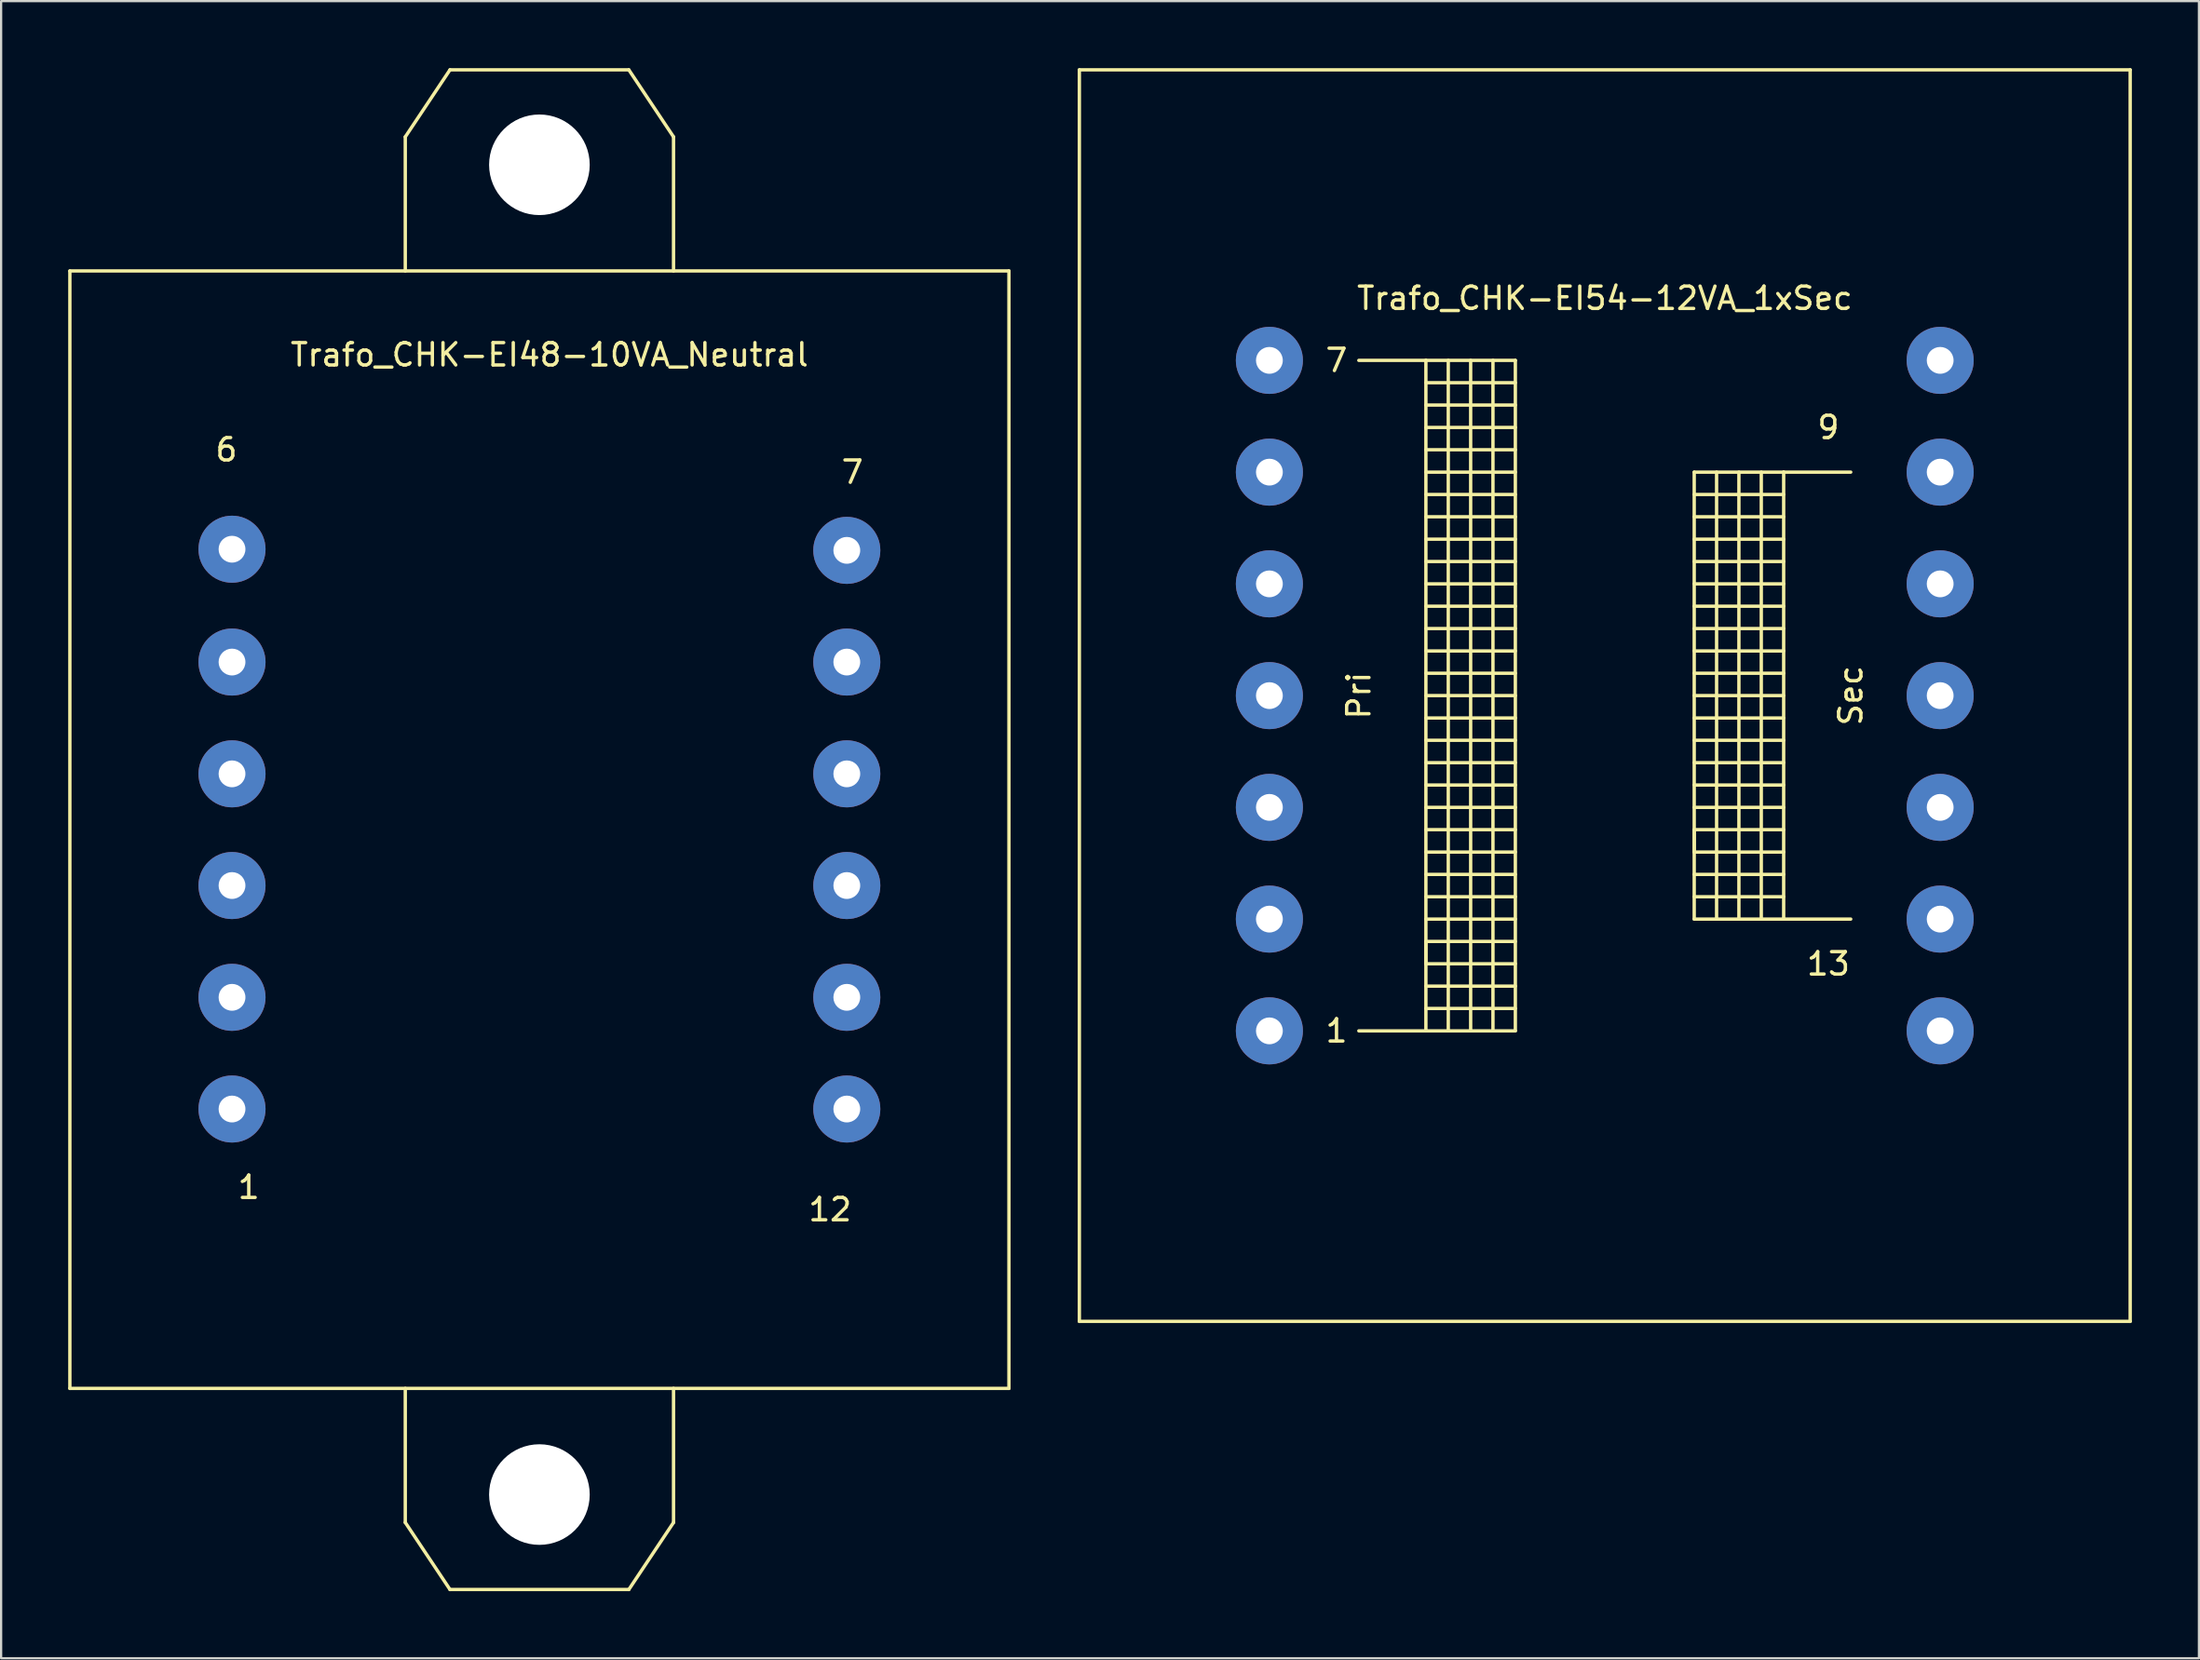
<source format=kicad_pcb>
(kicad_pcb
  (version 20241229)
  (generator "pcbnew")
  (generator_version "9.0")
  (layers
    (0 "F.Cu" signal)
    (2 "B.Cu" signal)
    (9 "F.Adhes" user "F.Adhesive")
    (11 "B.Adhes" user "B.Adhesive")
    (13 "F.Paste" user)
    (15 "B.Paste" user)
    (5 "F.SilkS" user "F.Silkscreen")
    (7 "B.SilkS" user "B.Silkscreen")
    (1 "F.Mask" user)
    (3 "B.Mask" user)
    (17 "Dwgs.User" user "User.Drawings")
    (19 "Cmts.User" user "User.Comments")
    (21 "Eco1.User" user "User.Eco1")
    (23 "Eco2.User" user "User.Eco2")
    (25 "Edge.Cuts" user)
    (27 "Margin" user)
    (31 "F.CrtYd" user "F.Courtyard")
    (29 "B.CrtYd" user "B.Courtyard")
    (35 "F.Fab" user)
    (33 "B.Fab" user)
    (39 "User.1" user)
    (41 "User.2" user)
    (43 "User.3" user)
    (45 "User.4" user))
  (footprint "Trafo_CHK-EI48-10VA_Neutral"
    (layer "F.Cu")
    (at 21.076 34.075)
    (property "Reference" "Trafo_CHK-EI48-10VA_Neutral" (at 0.45 -21.25 0) (layer "F.SilkS") (effects (font (size 1 1) (thickness 0.15))))
    (attr through_hole)
    (fp_line (start -21.001 -25.001) (end -21.001 25.001) (stroke (width 0.15) (type solid)) (layer "F.SilkS"))
    (fp_line (start -21.001 25.001) (end 21.001 25.001) (stroke (width 0.15) (type solid)) (layer "F.SilkS"))
    (fp_line (start -5.999 -31.001) (end -5.999 -25.001) (stroke (width 0.15) (type solid)) (layer "F.SilkS"))
    (fp_line (start -5.999 31.001) (end -5.999 25.001) (stroke (width 0.15) (type solid)) (layer "F.SilkS"))
    (fp_line (start -4 -34) (end -5.999 -31.001) (stroke (width 0.15) (type solid)) (layer "F.SilkS"))
    (fp_line (start -4 34) (end -5.999 31.001) (stroke (width 0.15) (type solid)) (layer "F.SilkS"))
    (fp_line (start 4 -34) (end -4 -34) (stroke (width 0.15) (type solid)) (layer "F.SilkS"))
    (fp_line (start 4 34) (end -4 34) (stroke (width 0.15) (type solid)) (layer "F.SilkS"))
    (fp_line (start 5.999 -31.001) (end 4 -34) (stroke (width 0.15) (type solid)) (layer "F.SilkS"))
    (fp_line (start 5.999 -25.001) (end 5.999 -31.001) (stroke (width 0.15) (type solid)) (layer "F.SilkS"))
    (fp_line (start 5.999 25.001) (end 5.999 31.001) (stroke (width 0.15) (type solid)) (layer "F.SilkS"))
    (fp_line (start 5.999 31.001) (end 4 34) (stroke (width 0.15) (type solid)) (layer "F.SilkS"))
    (fp_line (start 21.001 -25.001) (end -21.001 -25.001) (stroke (width 0.15) (type solid)) (layer "F.SilkS"))
    (fp_line (start 21.001 25.001) (end 21.001 -25.001) (stroke (width 0.15) (type solid)) (layer "F.SilkS"))
    (fp_text user "7" (at 14 -15.999 0) (layer "F.SilkS") (effects (font (size 1 1) (thickness 0.15))))
    (fp_text user "12" (at 13 17 0) (layer "F.SilkS") (effects (font (size 1 1) (thickness 0.15))))
    (fp_text user "6" (at -14 -17 0) (layer "F.SilkS") (effects (font (size 1 1) (thickness 0.15))))
    (fp_text user "1" (at -13 15.999 0) (layer "F.SilkS") (effects (font (size 1 1) (thickness 0.15))))
    (pad "" np_thru_hole circle (at 0 -29.751) (size 4.501 4.501) (drill 4.501) (layers "*.Cu" "*.Mask"))
    (pad "" np_thru_hole circle (at 0 29.751) (size 4.501 4.501) (drill 4.501) (layers "*.Cu" "*.Mask"))
    (pad "1" thru_hole circle (at -13.749 12.499) (size 3 3) (drill 1.199) (layers "*.Cu" "*.Mask"))
    (pad "2" thru_hole circle (at -13.749 7.501) (size 3 3) (drill 1.199) (layers "*.Cu" "*.Mask"))
    (pad "3" thru_hole circle (at -13.749 2.499) (size 3 3) (drill 1.199) (layers "*.Cu" "*.Mask"))
    (pad "4" thru_hole circle (at -13.749 -2.499) (size 3 3) (drill 1.199) (layers "*.Cu" "*.Mask"))
    (pad "5" thru_hole circle (at -13.749 -7.501) (size 3 3) (drill 1.199) (layers "*.Cu" "*.Mask"))
    (pad "6" thru_hole circle (at -13.749 -12.55) (size 3 3) (drill 1.199) (layers "*.Cu" "*.Mask"))
    (pad "7" thru_hole circle (at 13.749 -12.499) (size 3 3) (drill 1.199) (layers "*.Cu" "*.Mask"))
    (pad "8" thru_hole circle (at 13.749 -7.501) (size 3 3) (drill 1.199) (layers "*.Cu" "*.Mask"))
    (pad "9" thru_hole circle (at 13.749 -2.499) (size 3 3) (drill 1.199) (layers "*.Cu" "*.Mask"))
    (pad "10" thru_hole circle (at 13.749 2.499) (size 3 3) (drill 1.199) (layers "*.Cu" "*.Mask"))
    (pad "11" thru_hole circle (at 13.749 7.501) (size 3 3) (drill 1.199) (layers "*.Cu" "*.Mask"))
    (pad "12" thru_hole circle (at 13.749 12.499) (size 3 3) (drill 1.199) (layers "*.Cu" "*.Mask")))
  (footprint "Trafo_CHK-EI54-12VA_1xSec"
    (layer "F.Cu")
    (at 68.727 28.076)
    (property "Reference" "Trafo_CHK-EI54-12VA_1xSec" (at 0 -17.78 0) (layer "F.SilkS") (effects (font (size 1 1) (thickness 0.15))))
    (attr through_hole)
    (fp_line (start -23.5 -28.001) (end -23.5 28.001) (stroke (width 0.15) (type solid)) (layer "F.SilkS"))
    (fp_line (start -23.5 28.001) (end 23.5 28.001) (stroke (width 0.15) (type solid)) (layer "F.SilkS"))
    (fp_line (start -11.001 -15.001) (end -8.001 -15.001) (stroke (width 0.15) (type solid)) (layer "F.SilkS"))
    (fp_line (start -8.001 -15.001) (end -8.001 15.001) (stroke (width 0.15) (type solid)) (layer "F.SilkS"))
    (fp_line (start -8.001 -15.001) (end -4 -15.001) (stroke (width 0.15) (type solid)) (layer "F.SilkS"))
    (fp_line (start -8.001 -14) (end -4 -14) (stroke (width 0.15) (type solid)) (layer "F.SilkS"))
    (fp_line (start -8.001 -11.999) (end -4 -11.999) (stroke (width 0.15) (type solid)) (layer "F.SilkS"))
    (fp_line (start -8.001 -10) (end -4 -10) (stroke (width 0.15) (type solid)) (layer "F.SilkS"))
    (fp_line (start -8.001 -8.001) (end -4 -8.001) (stroke (width 0.15) (type solid)) (layer "F.SilkS"))
    (fp_line (start -8.001 -5.999) (end -4 -5.999) (stroke (width 0.15) (type solid)) (layer "F.SilkS"))
    (fp_line (start -8.001 -4) (end -4 -4) (stroke (width 0.15) (type solid)) (layer "F.SilkS"))
    (fp_line (start -8.001 -1.999) (end -4 -1.999) (stroke (width 0.15) (type solid)) (layer "F.SilkS"))
    (fp_line (start -8.001 0) (end -4 0) (stroke (width 0.15) (type solid)) (layer "F.SilkS"))
    (fp_line (start -8.001 1.999) (end -4 1.999) (stroke (width 0.15) (type solid)) (layer "F.SilkS"))
    (fp_line (start -8.001 4) (end -4 4) (stroke (width 0.15) (type solid)) (layer "F.SilkS"))
    (fp_line (start -8.001 5.999) (end -4 5.999) (stroke (width 0.15) (type solid)) (layer "F.SilkS"))
    (fp_line (start -8.001 8.001) (end -4 8.001) (stroke (width 0.15) (type solid)) (layer "F.SilkS"))
    (fp_line (start -8.001 10) (end -4 10) (stroke (width 0.15) (type solid)) (layer "F.SilkS"))
    (fp_line (start -8.001 11.001) (end -8.001 11.999) (stroke (width 0.15) (type solid)) (layer "F.SilkS"))
    (fp_line (start -8.001 11.999) (end -4 11.999) (stroke (width 0.15) (type solid)) (layer "F.SilkS"))
    (fp_line (start -8.001 14) (end -4 14) (stroke (width 0.15) (type solid)) (layer "F.SilkS"))
    (fp_line (start -8.001 15.001) (end -11.001 15.001) (stroke (width 0.15) (type solid)) (layer "F.SilkS"))
    (fp_line (start -7 -15.001) (end -7 15.001) (stroke (width 0.15) (type solid)) (layer "F.SilkS"))
    (fp_line (start -5.999 -15.001) (end -5.999 15.001) (stroke (width 0.15) (type solid)) (layer "F.SilkS"))
    (fp_line (start -5.001 3) (end -8.001 3) (stroke (width 0.15) (type solid)) (layer "F.SilkS"))
    (fp_line (start -5.001 3) (end -4 3) (stroke (width 0.15) (type solid)) (layer "F.SilkS"))
    (fp_line (start -5.001 15.001) (end -5.001 -15.001) (stroke (width 0.15) (type solid)) (layer "F.SilkS"))
    (fp_line (start -4 -15.001) (end -4 15.001) (stroke (width 0.15) (type solid)) (layer "F.SilkS"))
    (fp_line (start -4 -13) (end -8.001 -13) (stroke (width 0.15) (type solid)) (layer "F.SilkS"))
    (fp_line (start -4 -11.001) (end -8.001 -11.001) (stroke (width 0.15) (type solid)) (layer "F.SilkS"))
    (fp_line (start -4 -8.999) (end -8.001 -8.999) (stroke (width 0.15) (type solid)) (layer "F.SilkS"))
    (fp_line (start -4 -7) (end -8.001 -7) (stroke (width 0.15) (type solid)) (layer "F.SilkS"))
    (fp_line (start -4 -5.001) (end -8.001 -5.001) (stroke (width 0.15) (type solid)) (layer "F.SilkS"))
    (fp_line (start -4 -3) (end -8.001 -3) (stroke (width 0.15) (type solid)) (layer "F.SilkS"))
    (fp_line (start -4 -1.001) (end -8.001 -1.001) (stroke (width 0.15) (type solid)) (layer "F.SilkS"))
    (fp_line (start -4 1.001) (end -8.001 1.001) (stroke (width 0.15) (type solid)) (layer "F.SilkS"))
    (fp_line (start -4 5.001) (end -8.001 5.001) (stroke (width 0.15) (type solid)) (layer "F.SilkS"))
    (fp_line (start -4 7) (end -8.001 7) (stroke (width 0.15) (type solid)) (layer "F.SilkS"))
    (fp_line (start -4 8.999) (end -8.001 8.999) (stroke (width 0.15) (type solid)) (layer "F.SilkS"))
    (fp_line (start -4 11.001) (end -8.001 11.001) (stroke (width 0.15) (type solid)) (layer "F.SilkS"))
    (fp_line (start -4 13) (end -8.001 13) (stroke (width 0.15) (type solid)) (layer "F.SilkS"))
    (fp_line (start -4 15.001) (end -8.001 15.001) (stroke (width 0.15) (type solid)) (layer "F.SilkS"))
    (fp_line (start 4 -10) (end 4 10) (stroke (width 0.15) (type solid)) (layer "F.SilkS"))
    (fp_line (start 4 -8.999) (end 8.001 -8.999) (stroke (width 0.15) (type solid)) (layer "F.SilkS"))
    (fp_line (start 4 -7) (end 8.001 -7) (stroke (width 0.15) (type solid)) (layer "F.SilkS"))
    (fp_line (start 4 -5.001) (end 8.001 -5.001) (stroke (width 0.15) (type solid)) (layer "F.SilkS"))
    (fp_line (start 4 -3) (end 8.001 -3) (stroke (width 0.15) (type solid)) (layer "F.SilkS"))
    (fp_line (start 4 -1.001) (end 8.001 -1.001) (stroke (width 0.15) (type solid)) (layer "F.SilkS"))
    (fp_line (start 4 1.001) (end 8.001 1.001) (stroke (width 0.15) (type solid)) (layer "F.SilkS"))
    (fp_line (start 4 3) (end 8.001 3) (stroke (width 0.15) (type solid)) (layer "F.SilkS"))
    (fp_line (start 4 5.001) (end 8.001 5.001) (stroke (width 0.15) (type solid)) (layer "F.SilkS"))
    (fp_line (start 4 5.999) (end 4 7) (stroke (width 0.15) (type solid)) (layer "F.SilkS"))
    (fp_line (start 4 7) (end 8.001 7) (stroke (width 0.15) (type solid)) (layer "F.SilkS"))
    (fp_line (start 4 8.999) (end 8.001 8.999) (stroke (width 0.15) (type solid)) (layer "F.SilkS"))
    (fp_line (start 4 10) (end 8.001 10) (stroke (width 0.15) (type solid)) (layer "F.SilkS"))
    (fp_line (start 5.001 10) (end 5.001 -10) (stroke (width 0.15) (type solid)) (layer "F.SilkS"))
    (fp_line (start 5.999 -10) (end 5.999 10) (stroke (width 0.15) (type solid)) (layer "F.SilkS"))
    (fp_line (start 7 10) (end 7 -10) (stroke (width 0.15) (type solid)) (layer "F.SilkS"))
    (fp_line (start 8.001 -10) (end 4 -10) (stroke (width 0.15) (type solid)) (layer "F.SilkS"))
    (fp_line (start 8.001 -10) (end 8.001 10) (stroke (width 0.15) (type solid)) (layer "F.SilkS"))
    (fp_line (start 8.001 -8.001) (end 4 -8.001) (stroke (width 0.15) (type solid)) (layer "F.SilkS"))
    (fp_line (start 8.001 -5.999) (end 4 -5.999) (stroke (width 0.15) (type solid)) (layer "F.SilkS"))
    (fp_line (start 8.001 -4) (end 4 -4) (stroke (width 0.15) (type solid)) (layer "F.SilkS"))
    (fp_line (start 8.001 -1.999) (end 4 -1.999) (stroke (width 0.15) (type solid)) (layer "F.SilkS"))
    (fp_line (start 8.001 0) (end 4 0) (stroke (width 0.15) (type solid)) (layer "F.SilkS"))
    (fp_line (start 8.001 1.999) (end 4 1.999) (stroke (width 0.15) (type solid)) (layer "F.SilkS"))
    (fp_line (start 8.001 4) (end 4 4) (stroke (width 0.15) (type solid)) (layer "F.SilkS"))
    (fp_line (start 8.001 5.999) (end 4 5.999) (stroke (width 0.15) (type solid)) (layer "F.SilkS"))
    (fp_line (start 8.001 8.001) (end 4 8.001) (stroke (width 0.15) (type solid)) (layer "F.SilkS"))
    (fp_line (start 8.001 10) (end 11.001 10) (stroke (width 0.15) (type solid)) (layer "F.SilkS"))
    (fp_line (start 11.001 -10) (end 8.001 -10) (stroke (width 0.15) (type solid)) (layer "F.SilkS"))
    (fp_line (start 23.5 -28.001) (end -23.5 -28.001) (stroke (width 0.15) (type solid)) (layer "F.SilkS"))
    (fp_line (start 23.5 28.001) (end 23.5 -28.001) (stroke (width 0.15) (type solid)) (layer "F.SilkS"))
    (fp_text user "13" (at 10 12.002 0) (layer "F.SilkS") (effects (font (size 1 1) (thickness 0.15))))
    (fp_text user "Pri" (at -11.001 0 90) (layer "F.SilkS") (effects (font (size 1 1) (thickness 0.15))))
    (fp_text user "Sec" (at 11.001 0 90) (layer "F.SilkS") (effects (font (size 1 1) (thickness 0.15))))
    (fp_text user "9" (at 10 -12.002 0) (layer "F.SilkS") (effects (font (size 1 1) (thickness 0.15))))
    (fp_text user "7" (at -11.999 -15.001 0) (layer "F.SilkS") (effects (font (size 1 1) (thickness 0.15))))
    (fp_text user "1" (at -11.999 15.001 0) (layer "F.SilkS") (effects (font (size 1 1) (thickness 0.15))))
    (pad "1" thru_hole circle (at -15.001 15.001) (size 3 3) (drill 1.199) (layers "*.Cu" "*.Mask"))
    (pad "2" thru_hole circle (at -15.001 10) (size 3 3) (drill 1.199) (layers "*.Cu" "*.Mask"))
    (pad "3" thru_hole circle (at -15.001 5.001) (size 3 3) (drill 1.199) (layers "*.Cu" "*.Mask"))
    (pad "4" thru_hole circle (at -15.001 0) (size 3 3) (drill 1.199) (layers "*.Cu" "*.Mask"))
    (pad "5" thru_hole circle (at -15.001 -5.001) (size 3 3) (drill 1.199) (layers "*.Cu" "*.Mask"))
    (pad "6" thru_hole circle (at -15.001 -10) (size 3 3) (drill 1.199) (layers "*.Cu" "*.Mask"))
    (pad "7" thru_hole circle (at -15.001 -15.001) (size 3 3) (drill 1.199) (layers "*.Cu" "*.Mask"))
    (pad "8" thru_hole circle (at 15.001 -15.001) (size 3 3) (drill 1.199) (layers "*.Cu" "*.Mask"))
    (pad "9" thru_hole circle (at 15.001 -10) (size 3 3) (drill 1.199) (layers "*.Cu" "*.Mask"))
    (pad "10" thru_hole circle (at 15.001 -5.001) (size 3 3) (drill 1.199) (layers "*.Cu" "*.Mask"))
    (pad "11" thru_hole circle (at 15.001 0) (size 3 3) (drill 1.199) (layers "*.Cu" "*.Mask"))
    (pad "12" thru_hole circle (at 15.001 5.001) (size 3 3) (drill 1.199) (layers "*.Cu" "*.Mask"))
    (pad "13" thru_hole circle (at 15.001 10) (size 3 3) (drill 1.199) (layers "*.Cu" "*.Mask"))
    (pad "14" thru_hole circle (at 15.001 15.001) (size 3 3) (drill 1.199) (layers "*.Cu" "*.Mask")))
  (gr_rect
    (start -3 -3)
    (end 95.302 71.151)
    (stroke (width 0.1) (type default))
    (fill no)
    (layer "Edge.Cuts")))
</source>
